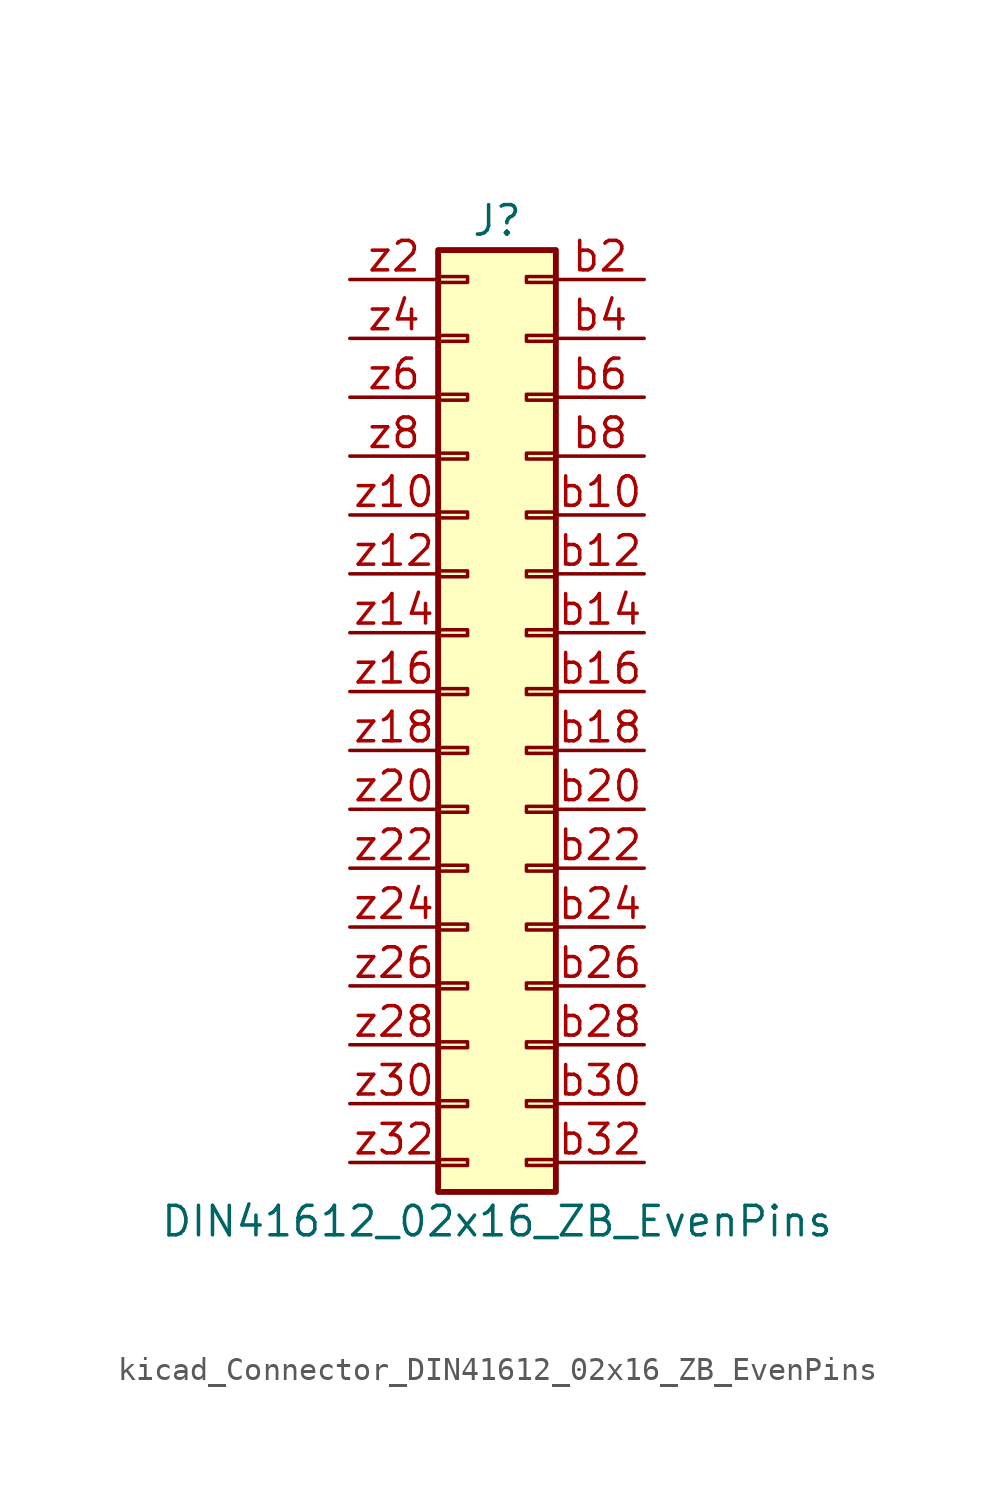
<source format=kicad_sym>
(kicad_symbol_lib
  (version 20220914)
  (generator kicad_symbol_editor)
  (symbol "kicad_Connector_DIN41612_02x16_ZB_EvenPins"
    (pin_names
      (offset 1.016) hide)
    (property "Reference" "J"
      (at 1.27 20.32 0)
      (effects (font (size 1.27 1.27))))
    (property "Value" "DIN41612_02x16_ZB_EvenPins"
      (at 1.27 -22.86 0)
      (effects (font (size 1.27 1.27))))
    (symbol "kicad_Connector_DIN41612_02x16_ZB_EvenPins_1_1"
      (rectangle (start -1.27 -20.193) (end 0 -20.447) (stroke (width 0.152) (type default)) (fill (type none)))
      (rectangle (start -1.27 -17.653) (end 0 -17.907) (stroke (width 0.152) (type default)) (fill (type none)))
      (rectangle (start -1.27 -15.113) (end 0 -15.367) (stroke (width 0.152) (type default)) (fill (type none)))
      (rectangle (start -1.27 -12.573) (end 0 -12.827) (stroke (width 0.152) (type default)) (fill (type none)))
      (rectangle (start -1.27 -10.033) (end 0 -10.287) (stroke (width 0.152) (type default)) (fill (type none)))
      (rectangle (start -1.27 -7.493) (end 0 -7.747) (stroke (width 0.152) (type default)) (fill (type none)))
      (rectangle (start -1.27 -4.953) (end 0 -5.207) (stroke (width 0.152) (type default)) (fill (type none)))
      (rectangle (start -1.27 -2.413) (end 0 -2.667) (stroke (width 0.152) (type default)) (fill (type none)))
      (rectangle (start -1.27 0.127) (end 0 -0.127) (stroke (width 0.152) (type default)) (fill (type none)))
      (rectangle (start -1.27 2.667) (end 0 2.413) (stroke (width 0.152) (type default)) (fill (type none)))
      (rectangle (start -1.27 5.207) (end 0 4.953) (stroke (width 0.152) (type default)) (fill (type none)))
      (rectangle (start -1.27 7.747) (end 0 7.493) (stroke (width 0.152) (type default)) (fill (type none)))
      (rectangle (start -1.27 10.287) (end 0 10.033) (stroke (width 0.152) (type default)) (fill (type none)))
      (rectangle (start -1.27 12.827) (end 0 12.573) (stroke (width 0.152) (type default)) (fill (type none)))
      (rectangle (start -1.27 15.367) (end 0 15.113) (stroke (width 0.152) (type default)) (fill (type none)))
      (rectangle (start -1.27 17.907) (end 0 17.653) (stroke (width 0.152) (type default)) (fill (type none)))
      (rectangle (start -1.27 19.05) (end 3.81 -21.59) (stroke (width 0.254) (type default)) (fill (type background)))
      (rectangle (start 3.81 -20.193) (end 2.54 -20.447) (stroke (width 0.152) (type default)) (fill (type none)))
      (rectangle (start 3.81 -17.653) (end 2.54 -17.907) (stroke (width 0.152) (type default)) (fill (type none)))
      (rectangle (start 3.81 -15.113) (end 2.54 -15.367) (stroke (width 0.152) (type default)) (fill (type none)))
      (rectangle (start 3.81 -12.573) (end 2.54 -12.827) (stroke (width 0.152) (type default)) (fill (type none)))
      (rectangle (start 3.81 -10.033) (end 2.54 -10.287) (stroke (width 0.152) (type default)) (fill (type none)))
      (rectangle (start 3.81 -7.493) (end 2.54 -7.747) (stroke (width 0.152) (type default)) (fill (type none)))
      (rectangle (start 3.81 -4.953) (end 2.54 -5.207) (stroke (width 0.152) (type default)) (fill (type none)))
      (rectangle (start 3.81 -2.413) (end 2.54 -2.667) (stroke (width 0.152) (type default)) (fill (type none)))
      (rectangle (start 3.81 0.127) (end 2.54 -0.127) (stroke (width 0.152) (type default)) (fill (type none)))
      (rectangle (start 3.81 2.667) (end 2.54 2.413) (stroke (width 0.152) (type default)) (fill (type none)))
      (rectangle (start 3.81 5.207) (end 2.54 4.953) (stroke (width 0.152) (type default)) (fill (type none)))
      (rectangle (start 3.81 7.747) (end 2.54 7.493) (stroke (width 0.152) (type default)) (fill (type none)))
      (rectangle (start 3.81 10.287) (end 2.54 10.033) (stroke (width 0.152) (type default)) (fill (type none)))
      (rectangle (start 3.81 12.827) (end 2.54 12.573) (stroke (width 0.152) (type default)) (fill (type none)))
      (rectangle (start 3.81 15.367) (end 2.54 15.113) (stroke (width 0.152) (type default)) (fill (type none)))
      (rectangle (start 3.81 17.907) (end 2.54 17.653) (stroke (width 0.152) (type default)) (fill (type none)))
      (pin passive line (at 7.62 7.62 180) (length 3.81) (name "Pin_b10" (effects (font (size 1.27 1.27)))) (number "b10" (effects (font (size 1.27 1.27)))))
      (pin passive line (at 7.62 5.08 180) (length 3.81) (name "Pin_b12" (effects (font (size 1.27 1.27)))) (number "b12" (effects (font (size 1.27 1.27)))))
      (pin passive line (at 7.62 2.54 180) (length 3.81) (name "Pin_b14" (effects (font (size 1.27 1.27)))) (number "b14" (effects (font (size 1.27 1.27)))))
      (pin passive line (at 7.62 0 180) (length 3.81) (name "Pin_b16" (effects (font (size 1.27 1.27)))) (number "b16" (effects (font (size 1.27 1.27)))))
      (pin passive line (at 7.62 -2.54 180) (length 3.81) (name "Pin_b18" (effects (font (size 1.27 1.27)))) (number "b18" (effects (font (size 1.27 1.27)))))
      (pin passive line (at 7.62 17.78 180) (length 3.81) (name "Pin_b2" (effects (font (size 1.27 1.27)))) (number "b2" (effects (font (size 1.27 1.27)))))
      (pin passive line (at 7.62 -5.08 180) (length 3.81) (name "Pin_b20" (effects (font (size 1.27 1.27)))) (number "b20" (effects (font (size 1.27 1.27)))))
      (pin passive line (at 7.62 -7.62 180) (length 3.81) (name "Pin_b22" (effects (font (size 1.27 1.27)))) (number "b22" (effects (font (size 1.27 1.27)))))
      (pin passive line (at 7.62 -10.16 180) (length 3.81) (name "Pin_b24" (effects (font (size 1.27 1.27)))) (number "b24" (effects (font (size 1.27 1.27)))))
      (pin passive line (at 7.62 -12.7 180) (length 3.81) (name "Pin_b26" (effects (font (size 1.27 1.27)))) (number "b26" (effects (font (size 1.27 1.27)))))
      (pin passive line (at 7.62 -15.24 180) (length 3.81) (name "Pin_b28" (effects (font (size 1.27 1.27)))) (number "b28" (effects (font (size 1.27 1.27)))))
      (pin passive line (at 7.62 -17.78 180) (length 3.81) (name "Pin_b30" (effects (font (size 1.27 1.27)))) (number "b30" (effects (font (size 1.27 1.27)))))
      (pin passive line (at 7.62 -20.32 180) (length 3.81) (name "Pin_b32" (effects (font (size 1.27 1.27)))) (number "b32" (effects (font (size 1.27 1.27)))))
      (pin passive line (at 7.62 15.24 180) (length 3.81) (name "Pin_b4" (effects (font (size 1.27 1.27)))) (number "b4" (effects (font (size 1.27 1.27)))))
      (pin passive line (at 7.62 12.7 180) (length 3.81) (name "Pin_b6" (effects (font (size 1.27 1.27)))) (number "b6" (effects (font (size 1.27 1.27)))))
      (pin passive line (at 7.62 10.16 180) (length 3.81) (name "Pin_b8" (effects (font (size 1.27 1.27)))) (number "b8" (effects (font (size 1.27 1.27)))))
      (pin passive line (at -5.08 7.62 0) (length 3.81) (name "Pin_z10" (effects (font (size 1.27 1.27)))) (number "z10" (effects (font (size 1.27 1.27)))))
      (pin passive line (at -5.08 5.08 0) (length 3.81) (name "Pin_z12" (effects (font (size 1.27 1.27)))) (number "z12" (effects (font (size 1.27 1.27)))))
      (pin passive line (at -5.08 2.54 0) (length 3.81) (name "Pin_z14" (effects (font (size 1.27 1.27)))) (number "z14" (effects (font (size 1.27 1.27)))))
      (pin passive line (at -5.08 0 0) (length 3.81) (name "Pin_z16" (effects (font (size 1.27 1.27)))) (number "z16" (effects (font (size 1.27 1.27)))))
      (pin passive line (at -5.08 -2.54 0) (length 3.81) (name "Pin_z18" (effects (font (size 1.27 1.27)))) (number "z18" (effects (font (size 1.27 1.27)))))
      (pin passive line (at -5.08 17.78 0) (length 3.81) (name "Pin_z2" (effects (font (size 1.27 1.27)))) (number "z2" (effects (font (size 1.27 1.27)))))
      (pin passive line (at -5.08 -5.08 0) (length 3.81) (name "Pin_z20" (effects (font (size 1.27 1.27)))) (number "z20" (effects (font (size 1.27 1.27)))))
      (pin passive line (at -5.08 -7.62 0) (length 3.81) (name "Pin_z22" (effects (font (size 1.27 1.27)))) (number "z22" (effects (font (size 1.27 1.27)))))
      (pin passive line (at -5.08 -10.16 0) (length 3.81) (name "Pin_z24" (effects (font (size 1.27 1.27)))) (number "z24" (effects (font (size 1.27 1.27)))))
      (pin passive line (at -5.08 -12.7 0) (length 3.81) (name "Pin_z26" (effects (font (size 1.27 1.27)))) (number "z26" (effects (font (size 1.27 1.27)))))
      (pin passive line (at -5.08 -15.24 0) (length 3.81) (name "Pin_z28" (effects (font (size 1.27 1.27)))) (number "z28" (effects (font (size 1.27 1.27)))))
      (pin passive line (at -5.08 -17.78 0) (length 3.81) (name "Pin_z30" (effects (font (size 1.27 1.27)))) (number "z30" (effects (font (size 1.27 1.27)))))
      (pin passive line (at -5.08 -20.32 0) (length 3.81) (name "Pin_z32" (effects (font (size 1.27 1.27)))) (number "z32" (effects (font (size 1.27 1.27)))))
      (pin passive line (at -5.08 15.24 0) (length 3.81) (name "Pin_z4" (effects (font (size 1.27 1.27)))) (number "z4" (effects (font (size 1.27 1.27)))))
      (pin passive line (at -5.08 12.7 0) (length 3.81) (name "Pin_z6" (effects (font (size 1.27 1.27)))) (number "z6" (effects (font (size 1.27 1.27)))))
      (pin passive line (at -5.08 10.16 0) (length 3.81) (name "Pin_z8" (effects (font (size 1.27 1.27)))) (number "z8" (effects (font (size 1.27 1.27))))))))
</source>
